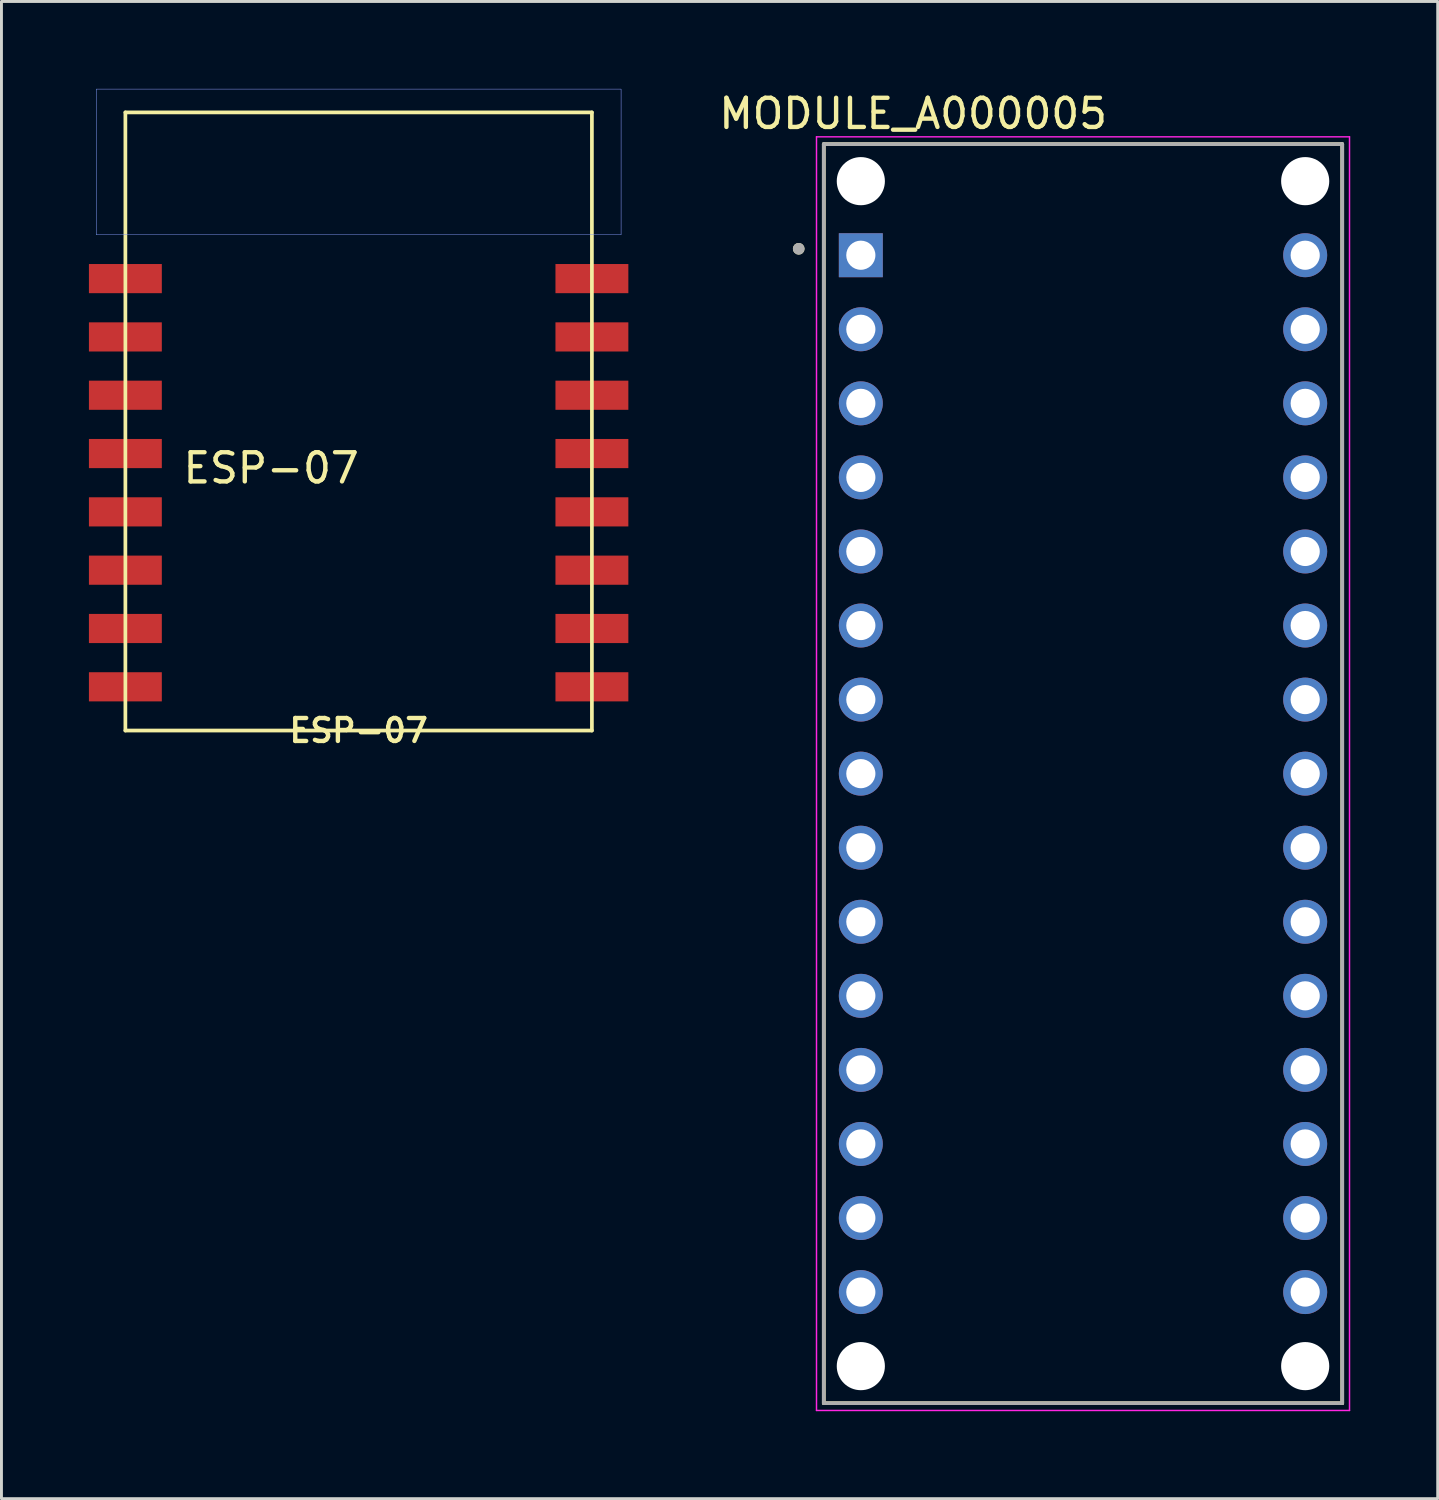
<source format=kicad_pcb>
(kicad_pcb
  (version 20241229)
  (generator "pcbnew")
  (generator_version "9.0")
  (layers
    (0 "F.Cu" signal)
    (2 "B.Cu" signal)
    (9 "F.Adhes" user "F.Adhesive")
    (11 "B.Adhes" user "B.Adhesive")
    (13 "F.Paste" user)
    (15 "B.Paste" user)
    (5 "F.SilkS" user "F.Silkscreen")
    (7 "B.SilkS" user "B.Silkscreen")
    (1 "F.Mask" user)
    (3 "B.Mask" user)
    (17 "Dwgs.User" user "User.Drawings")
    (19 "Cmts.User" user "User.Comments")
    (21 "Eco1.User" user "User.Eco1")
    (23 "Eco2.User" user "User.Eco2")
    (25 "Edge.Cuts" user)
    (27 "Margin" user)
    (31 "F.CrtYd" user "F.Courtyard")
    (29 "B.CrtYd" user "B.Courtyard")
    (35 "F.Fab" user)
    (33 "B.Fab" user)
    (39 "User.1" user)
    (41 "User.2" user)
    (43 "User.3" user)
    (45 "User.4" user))
  (footprint "MODULE_A000005"
    (layer "F.Cu")
    (at 34.093 23.483)
    (property "Reference" "MODULE_A000005" (at -5.825 -22.635 0) (layer "F.SilkS") (effects (font (size 1 1) (thickness 0.15))))
    (attr through_hole)
    (fp_line (start -8.89 -21.59) (end 8.89 -21.59) (stroke (width 0.127) (type solid)) (layer "F.SilkS"))
    (fp_line (start -8.89 21.59) (end -8.89 -21.59) (stroke (width 0.127) (type solid)) (layer "F.SilkS"))
    (fp_line (start 8.89 -21.59) (end 8.89 21.59) (stroke (width 0.127) (type solid)) (layer "F.SilkS"))
    (fp_line (start 8.89 21.59) (end -8.89 21.59) (stroke (width 0.127) (type solid)) (layer "F.SilkS"))
    (fp_circle (center -9.75 -18) (end -9.65 -18) (stroke (width 0.2) (type solid)) (fill no) (layer "F.SilkS"))
    (fp_line (start -9.14 -21.84) (end 9.14 -21.84) (stroke (width 0.05) (type solid)) (layer "F.CrtYd"))
    (fp_line (start -9.14 21.84) (end -9.14 -21.84) (stroke (width 0.05) (type solid)) (layer "F.CrtYd"))
    (fp_line (start 9.14 -21.84) (end 9.14 21.84) (stroke (width 0.05) (type solid)) (layer "F.CrtYd"))
    (fp_line (start 9.14 21.84) (end -9.14 21.84) (stroke (width 0.05) (type solid)) (layer "F.CrtYd"))
    (fp_line (start -8.89 -21.59) (end 8.89 -21.59) (stroke (width 0.127) (type solid)) (layer "F.Fab"))
    (fp_line (start -8.89 21.59) (end -8.89 -21.59) (stroke (width 0.127) (type solid)) (layer "F.Fab"))
    (fp_line (start 8.89 -21.59) (end 8.89 21.59) (stroke (width 0.127) (type solid)) (layer "F.Fab"))
    (fp_line (start 8.89 21.59) (end -8.89 21.59) (stroke (width 0.127) (type solid)) (layer "F.Fab"))
    (fp_circle (center -9.75 -18) (end -9.65 -18) (stroke (width 0.2) (type solid)) (fill no) (layer "F.Fab"))
    (pad "" np_thru_hole circle (at -7.62 -20.32) (size 1.651 1.651) (drill 1.651) (layers "*.Cu" "*.Mask"))
    (pad "" np_thru_hole circle (at -7.62 20.32) (size 1.651 1.651) (drill 1.651) (layers "*.Cu" "*.Mask"))
    (pad "" np_thru_hole circle (at 7.62 -20.32) (size 1.651 1.651) (drill 1.651) (layers "*.Cu" "*.Mask"))
    (pad "" np_thru_hole circle (at 7.62 20.32) (size 1.651 1.651) (drill 1.651) (layers "*.Cu" "*.Mask"))
    (pad "1" thru_hole rect (at -7.62 -17.78) (size 1.508 1.508) (drill 1) (layers "*.Cu" "*.Mask"))
    (pad "2" thru_hole circle (at -7.62 -15.24) (size 1.508 1.508) (drill 1) (layers "*.Cu" "*.Mask"))
    (pad "3" thru_hole circle (at -7.62 -12.7) (size 1.508 1.508) (drill 1) (layers "*.Cu" "*.Mask"))
    (pad "4" thru_hole circle (at -7.62 -10.16) (size 1.508 1.508) (drill 1) (layers "*.Cu" "*.Mask"))
    (pad "5" thru_hole circle (at -7.62 -7.62) (size 1.508 1.508) (drill 1) (layers "*.Cu" "*.Mask"))
    (pad "6" thru_hole circle (at -7.62 -5.08) (size 1.508 1.508) (drill 1) (layers "*.Cu" "*.Mask"))
    (pad "7" thru_hole circle (at -7.62 -2.54) (size 1.508 1.508) (drill 1) (layers "*.Cu" "*.Mask"))
    (pad "8" thru_hole circle (at -7.62 0) (size 1.508 1.508) (drill 1) (layers "*.Cu" "*.Mask"))
    (pad "9" thru_hole circle (at -7.62 2.54) (size 1.508 1.508) (drill 1) (layers "*.Cu" "*.Mask"))
    (pad "10" thru_hole circle (at -7.62 5.08) (size 1.508 1.508) (drill 1) (layers "*.Cu" "*.Mask"))
    (pad "11" thru_hole circle (at -7.62 7.62) (size 1.508 1.508) (drill 1) (layers "*.Cu" "*.Mask"))
    (pad "12" thru_hole circle (at -7.62 10.16) (size 1.508 1.508) (drill 1) (layers "*.Cu" "*.Mask"))
    (pad "13" thru_hole circle (at -7.62 12.7) (size 1.508 1.508) (drill 1) (layers "*.Cu" "*.Mask"))
    (pad "14" thru_hole circle (at -7.62 15.24) (size 1.508 1.508) (drill 1) (layers "*.Cu" "*.Mask"))
    (pad "15" thru_hole circle (at -7.62 17.78) (size 1.508 1.508) (drill 1) (layers "*.Cu" "*.Mask"))
    (pad "16" thru_hole circle (at 7.62 17.78) (size 1.508 1.508) (drill 1) (layers "*.Cu" "*.Mask"))
    (pad "17" thru_hole circle (at 7.62 15.24) (size 1.508 1.508) (drill 1) (layers "*.Cu" "*.Mask"))
    (pad "18" thru_hole circle (at 7.62 12.7) (size 1.508 1.508) (drill 1) (layers "*.Cu" "*.Mask"))
    (pad "19" thru_hole circle (at 7.62 10.16) (size 1.508 1.508) (drill 1) (layers "*.Cu" "*.Mask"))
    (pad "20" thru_hole circle (at 7.62 7.62) (size 1.508 1.508) (drill 1) (layers "*.Cu" "*.Mask"))
    (pad "21" thru_hole circle (at 7.62 5.08) (size 1.508 1.508) (drill 1) (layers "*.Cu" "*.Mask"))
    (pad "22" thru_hole circle (at 7.62 2.54) (size 1.508 1.508) (drill 1) (layers "*.Cu" "*.Mask"))
    (pad "23" thru_hole circle (at 7.62 0) (size 1.508 1.508) (drill 1) (layers "*.Cu" "*.Mask"))
    (pad "24" thru_hole circle (at 7.62 -2.54) (size 1.508 1.508) (drill 1) (layers "*.Cu" "*.Mask"))
    (pad "25" thru_hole circle (at 7.62 -5.08) (size 1.508 1.508) (drill 1) (layers "*.Cu" "*.Mask"))
    (pad "26" thru_hole circle (at 7.62 -7.62) (size 1.508 1.508) (drill 1) (layers "*.Cu" "*.Mask"))
    (pad "27" thru_hole circle (at 7.62 -10.16) (size 1.508 1.508) (drill 1) (layers "*.Cu" "*.Mask"))
    (pad "28" thru_hole circle (at 7.62 -12.7) (size 1.508 1.508) (drill 1) (layers "*.Cu" "*.Mask"))
    (pad "29" thru_hole circle (at 7.62 -15.24) (size 1.508 1.508) (drill 1) (layers "*.Cu" "*.Mask"))
    (pad "30" thru_hole circle (at 7.62 -17.78) (size 1.508 1.508) (drill 1) (layers "*.Cu" "*.Mask")))
  (footprint "ESP-07"
    (layer "F.Cu")
    (at 9.25 22.005)
    (property "Reference" "ESP-07" (at 0 0 0) (layer "F.SilkS") (effects (font (size 0.787 0.787) (thickness 0.15))))
    (attr smd)
    (fp_line (start -8 -21.2) (end 8 -21.2) (stroke (width 0.127) (type solid)) (layer "F.SilkS"))
    (fp_line (start -8 0) (end -8 -21.2) (stroke (width 0.127) (type solid)) (layer "F.SilkS"))
    (fp_line (start 8 -21.2) (end 8 0) (stroke (width 0.127) (type solid)) (layer "F.SilkS"))
    (fp_line (start 8 0) (end -8 0) (stroke (width 0.127) (type solid)) (layer "F.SilkS"))
    (fp_poly (pts (xy -9 -22) (xy 9 -22) (xy 9 -17) (xy -9 -17)) (stroke (width 0.01) (type solid)) (fill no) (layer "B.CrtYd"))
    (fp_poly (pts (xy -9 -22) (xy 9 -22) (xy 9 -17) (xy -9 -17)) (stroke (width 0.01) (type solid)) (fill no) (layer "F.CrtYd"))
    (fp_text user "ESP-07" (at -3 -9 0) (layer "F.SilkS") (effects (font (size 1 1) (thickness 0.15))))
    (pad "1" smd rect (at -8 -15.5 90) (size 1 2.5) (layers "F.Cu" "F.Mask" "F.Paste"))
    (pad "2" smd rect (at -8 -13.5 90) (size 1 2.5) (layers "F.Cu" "F.Mask" "F.Paste"))
    (pad "3" smd rect (at -8 -11.5 90) (size 1 2.5) (layers "F.Cu" "F.Mask" "F.Paste"))
    (pad "4" smd rect (at -8 -9.5 90) (size 1 2.5) (layers "F.Cu" "F.Mask" "F.Paste"))
    (pad "5" smd rect (at -8 -7.5 90) (size 1 2.5) (layers "F.Cu" "F.Mask" "F.Paste"))
    (pad "6" smd rect (at -8 -5.5 90) (size 1 2.5) (layers "F.Cu" "F.Mask" "F.Paste"))
    (pad "7" smd rect (at -8 -3.5 90) (size 1 2.5) (layers "F.Cu" "F.Mask" "F.Paste"))
    (pad "8" smd rect (at -8 -1.5 90) (size 1 2.5) (layers "F.Cu" "F.Mask" "F.Paste"))
    (pad "9" smd rect (at 8 -1.5 90) (size 1 2.5) (layers "F.Cu" "F.Mask" "F.Paste"))
    (pad "10" smd rect (at 8 -3.5 90) (size 1 2.5) (layers "F.Cu" "F.Mask" "F.Paste"))
    (pad "11" smd rect (at 8 -5.5 90) (size 1 2.5) (layers "F.Cu" "F.Mask" "F.Paste"))
    (pad "12" smd rect (at 8 -7.5 90) (size 1 2.5) (layers "F.Cu" "F.Mask" "F.Paste"))
    (pad "13" smd rect (at 8 -9.5 90) (size 1 2.5) (layers "F.Cu" "F.Mask" "F.Paste"))
    (pad "14" smd rect (at 8 -11.5 90) (size 1 2.5) (layers "F.Cu" "F.Mask" "F.Paste"))
    (pad "15" smd rect (at 8 -13.5 90) (size 1 2.5) (layers "F.Cu" "F.Mask" "F.Paste"))
    (pad "16" smd rect (at 8 -15.5 90) (size 1 2.5) (layers "F.Cu" "F.Mask" "F.Paste"))
    (zone (net_name "") (layer "F.Cu") (hatch full 0.508) (connect_pads) (min_thickness 0.01) (filled_areas_thickness no) (keepout (tracks not_allowed) (vias not_allowed) (pads not_allowed) (copperpour not_allowed) (footprints allowed)) (placement (enabled no)) (fill) (polygon (pts (xy 0.25 0.005) (xy 18.25 0.005) (xy 18.25 5.005) (xy 0.25 5.005))))
    (zone (net_name "") (layers "F.Cu" "B.Cu") (hatch full 0.508) (connect_pads) (min_thickness 0.01) (filled_areas_thickness no) (keepout (tracks allowed) (vias not_allowed) (pads allowed) (copperpour allowed) (footprints allowed)) (placement (enabled no)) (fill) (polygon (pts (xy 0.25 0.005) (xy 18.25 0.005) (xy 18.25 5.005) (xy 0.25 5.005))))
    (zone (net_name "") (layer "B.Cu") (hatch full 0.508) (connect_pads) (min_thickness 0.01) (filled_areas_thickness no) (keepout (tracks not_allowed) (vias not_allowed) (pads not_allowed) (copperpour not_allowed) (footprints allowed)) (placement (enabled no)) (fill) (polygon (pts (xy 0.25 0.005) (xy 18.25 0.005) (xy 18.25 5.005) (xy 0.25 5.005)))))
  (gr_rect
    (start -3 -3)
    (end 46.258 48.348)
    (stroke (width 0.1) (type default))
    (fill no)
    (layer "Edge.Cuts")))
</source>
